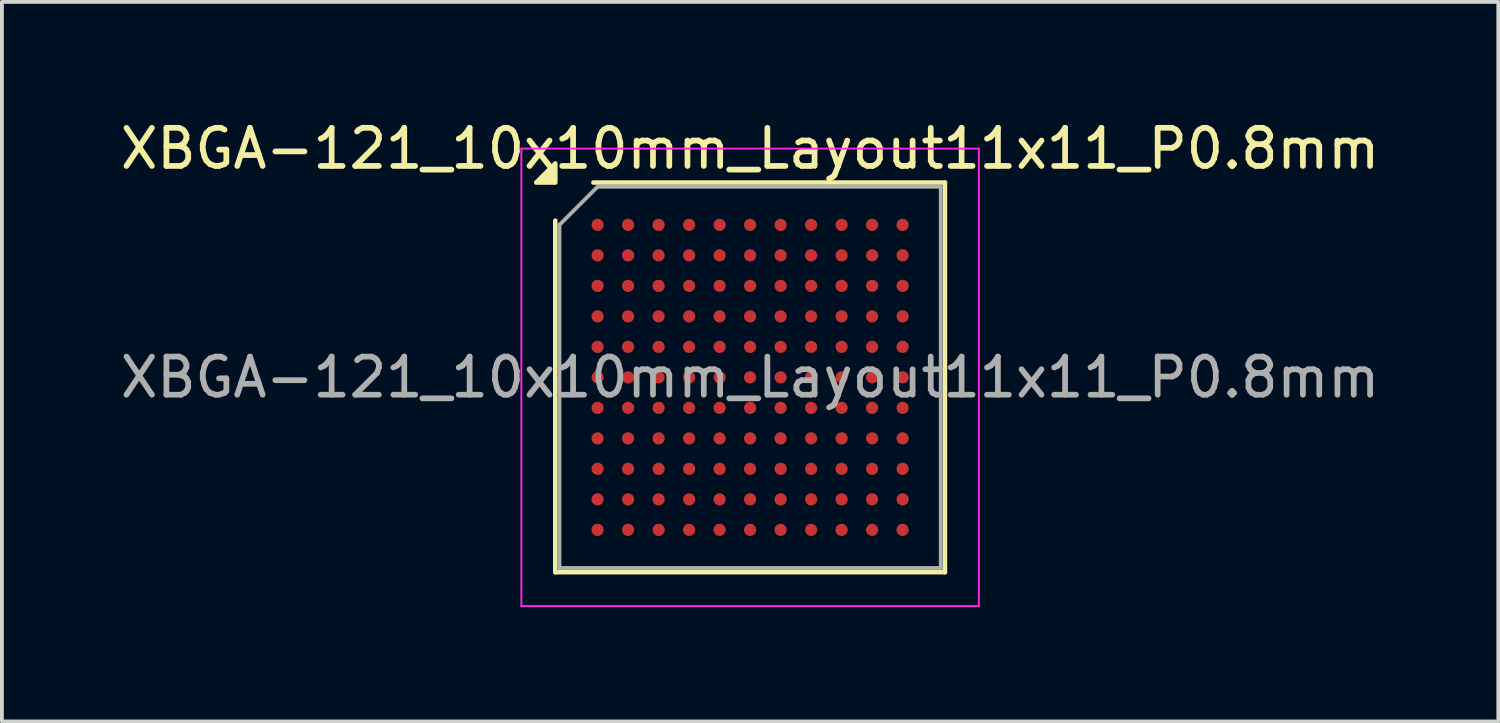
<source format=kicad_pcb>
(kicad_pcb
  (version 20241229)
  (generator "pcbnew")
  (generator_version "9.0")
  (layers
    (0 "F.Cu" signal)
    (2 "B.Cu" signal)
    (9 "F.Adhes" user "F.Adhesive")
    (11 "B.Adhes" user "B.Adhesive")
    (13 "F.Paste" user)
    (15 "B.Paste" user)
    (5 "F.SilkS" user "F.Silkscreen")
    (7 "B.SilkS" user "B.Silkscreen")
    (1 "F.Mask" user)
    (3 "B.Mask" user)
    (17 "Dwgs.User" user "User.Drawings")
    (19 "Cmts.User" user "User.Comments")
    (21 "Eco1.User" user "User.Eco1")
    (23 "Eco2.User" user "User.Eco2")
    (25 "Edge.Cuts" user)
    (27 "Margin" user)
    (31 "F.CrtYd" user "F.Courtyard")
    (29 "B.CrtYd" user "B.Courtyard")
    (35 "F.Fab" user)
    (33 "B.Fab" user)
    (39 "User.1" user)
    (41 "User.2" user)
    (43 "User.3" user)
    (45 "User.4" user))
  (footprint "XBGA-121_10x10mm_Layout11x11_P0.8mm"
    (layer "F.Cu")
    (at 16.625 6.848)
    (property "Reference" "XBGA-121_10x10mm_Layout11x11_P0.8mm" (at 0 -6 0) (layer "F.SilkS") (effects (font (size 1 1) (thickness 0.15))))
    (attr smd)
    (fp_line (start -5.11 5.11) (end -5.11 -4.11) (stroke (width 0.12) (type solid)) (layer "F.SilkS"))
    (fp_line (start -4.11 -5.11) (end 5.11 -5.11) (stroke (width 0.12) (type solid)) (layer "F.SilkS"))
    (fp_line (start 5.11 -5.11) (end 5.11 5.11) (stroke (width 0.12) (type solid)) (layer "F.SilkS"))
    (fp_line (start 5.11 5.11) (end -5.11 5.11) (stroke (width 0.12) (type solid)) (layer "F.SilkS"))
    (fp_poly (pts (xy -5.11 -5.11) (xy -5.61 -5.11) (xy -5.11 -5.61)) (stroke (width 0.12) (type solid)) (fill yes) (layer "F.SilkS"))
    (fp_line (start -6 -6) (end -6 6) (stroke (width 0.05) (type solid)) (layer "F.CrtYd"))
    (fp_line (start -6 6) (end 6 6) (stroke (width 0.05) (type solid)) (layer "F.CrtYd"))
    (fp_line (start 6 -6) (end -6 -6) (stroke (width 0.05) (type solid)) (layer "F.CrtYd"))
    (fp_line (start 6 6) (end 6 -6) (stroke (width 0.05) (type solid)) (layer "F.CrtYd"))
    (fp_line (start -5 -4) (end -4 -5) (stroke (width 0.1) (type solid)) (layer "F.Fab"))
    (fp_line (start -5 5) (end -5 -4) (stroke (width 0.1) (type solid)) (layer "F.Fab"))
    (fp_line (start -4 -5) (end 5 -5) (stroke (width 0.1) (type solid)) (layer "F.Fab"))
    (fp_line (start 5 -5) (end 5 5) (stroke (width 0.1) (type solid)) (layer "F.Fab"))
    (fp_line (start 5 5) (end -5 5) (stroke (width 0.1) (type solid)) (layer "F.Fab"))
    (fp_text user "${REFERENCE}" (at 0 0 0) (layer "F.Fab") (effects (font (size 1 1) (thickness 0.15))))
    (pad "A1" smd circle (at -4 -4) (size 0.32 0.32) (property pad_prop_bga) (layers "F.Cu" "F.Mask" "F.Paste"))
    (pad "A2" smd circle (at -3.2 -4) (size 0.32 0.32) (property pad_prop_bga) (layers "F.Cu" "F.Mask" "F.Paste"))
    (pad "A3" smd circle (at -2.4 -4) (size 0.32 0.32) (property pad_prop_bga) (layers "F.Cu" "F.Mask" "F.Paste"))
    (pad "A4" smd circle (at -1.6 -4) (size 0.32 0.32) (property pad_prop_bga) (layers "F.Cu" "F.Mask" "F.Paste"))
    (pad "A5" smd circle (at -0.8 -4) (size 0.32 0.32) (property pad_prop_bga) (layers "F.Cu" "F.Mask" "F.Paste"))
    (pad "A6" smd circle (at 0 -4) (size 0.32 0.32) (property pad_prop_bga) (layers "F.Cu" "F.Mask" "F.Paste"))
    (pad "A7" smd circle (at 0.8 -4) (size 0.32 0.32) (property pad_prop_bga) (layers "F.Cu" "F.Mask" "F.Paste"))
    (pad "A8" smd circle (at 1.6 -4) (size 0.32 0.32) (property pad_prop_bga) (layers "F.Cu" "F.Mask" "F.Paste"))
    (pad "A9" smd circle (at 2.4 -4) (size 0.32 0.32) (property pad_prop_bga) (layers "F.Cu" "F.Mask" "F.Paste"))
    (pad "A10" smd circle (at 3.2 -4) (size 0.32 0.32) (property pad_prop_bga) (layers "F.Cu" "F.Mask" "F.Paste"))
    (pad "A11" smd circle (at 4 -4) (size 0.32 0.32) (property pad_prop_bga) (layers "F.Cu" "F.Mask" "F.Paste"))
    (pad "B1" smd circle (at -4 -3.2) (size 0.32 0.32) (property pad_prop_bga) (layers "F.Cu" "F.Mask" "F.Paste"))
    (pad "B2" smd circle (at -3.2 -3.2) (size 0.32 0.32) (property pad_prop_bga) (layers "F.Cu" "F.Mask" "F.Paste"))
    (pad "B3" smd circle (at -2.4 -3.2) (size 0.32 0.32) (property pad_prop_bga) (layers "F.Cu" "F.Mask" "F.Paste"))
    (pad "B4" smd circle (at -1.6 -3.2) (size 0.32 0.32) (property pad_prop_bga) (layers "F.Cu" "F.Mask" "F.Paste"))
    (pad "B5" smd circle (at -0.8 -3.2) (size 0.32 0.32) (property pad_prop_bga) (layers "F.Cu" "F.Mask" "F.Paste"))
    (pad "B6" smd circle (at 0 -3.2) (size 0.32 0.32) (property pad_prop_bga) (layers "F.Cu" "F.Mask" "F.Paste"))
    (pad "B7" smd circle (at 0.8 -3.2) (size 0.32 0.32) (property pad_prop_bga) (layers "F.Cu" "F.Mask" "F.Paste"))
    (pad "B8" smd circle (at 1.6 -3.2) (size 0.32 0.32) (property pad_prop_bga) (layers "F.Cu" "F.Mask" "F.Paste"))
    (pad "B9" smd circle (at 2.4 -3.2) (size 0.32 0.32) (property pad_prop_bga) (layers "F.Cu" "F.Mask" "F.Paste"))
    (pad "B10" smd circle (at 3.2 -3.2) (size 0.32 0.32) (property pad_prop_bga) (layers "F.Cu" "F.Mask" "F.Paste"))
    (pad "B11" smd circle (at 4 -3.2) (size 0.32 0.32) (property pad_prop_bga) (layers "F.Cu" "F.Mask" "F.Paste"))
    (pad "C1" smd circle (at -4 -2.4) (size 0.32 0.32) (property pad_prop_bga) (layers "F.Cu" "F.Mask" "F.Paste"))
    (pad "C2" smd circle (at -3.2 -2.4) (size 0.32 0.32) (property pad_prop_bga) (layers "F.Cu" "F.Mask" "F.Paste"))
    (pad "C3" smd circle (at -2.4 -2.4) (size 0.32 0.32) (property pad_prop_bga) (layers "F.Cu" "F.Mask" "F.Paste"))
    (pad "C4" smd circle (at -1.6 -2.4) (size 0.32 0.32) (property pad_prop_bga) (layers "F.Cu" "F.Mask" "F.Paste"))
    (pad "C5" smd circle (at -0.8 -2.4) (size 0.32 0.32) (property pad_prop_bga) (layers "F.Cu" "F.Mask" "F.Paste"))
    (pad "C6" smd circle (at 0 -2.4) (size 0.32 0.32) (property pad_prop_bga) (layers "F.Cu" "F.Mask" "F.Paste"))
    (pad "C7" smd circle (at 0.8 -2.4) (size 0.32 0.32) (property pad_prop_bga) (layers "F.Cu" "F.Mask" "F.Paste"))
    (pad "C8" smd circle (at 1.6 -2.4) (size 0.32 0.32) (property pad_prop_bga) (layers "F.Cu" "F.Mask" "F.Paste"))
    (pad "C9" smd circle (at 2.4 -2.4) (size 0.32 0.32) (property pad_prop_bga) (layers "F.Cu" "F.Mask" "F.Paste"))
    (pad "C10" smd circle (at 3.2 -2.4) (size 0.32 0.32) (property pad_prop_bga) (layers "F.Cu" "F.Mask" "F.Paste"))
    (pad "C11" smd circle (at 4 -2.4) (size 0.32 0.32) (property pad_prop_bga) (layers "F.Cu" "F.Mask" "F.Paste"))
    (pad "D1" smd circle (at -4 -1.6) (size 0.32 0.32) (property pad_prop_bga) (layers "F.Cu" "F.Mask" "F.Paste"))
    (pad "D2" smd circle (at -3.2 -1.6) (size 0.32 0.32) (property pad_prop_bga) (layers "F.Cu" "F.Mask" "F.Paste"))
    (pad "D3" smd circle (at -2.4 -1.6) (size 0.32 0.32) (property pad_prop_bga) (layers "F.Cu" "F.Mask" "F.Paste"))
    (pad "D4" smd circle (at -1.6 -1.6) (size 0.32 0.32) (property pad_prop_bga) (layers "F.Cu" "F.Mask" "F.Paste"))
    (pad "D5" smd circle (at -0.8 -1.6) (size 0.32 0.32) (property pad_prop_bga) (layers "F.Cu" "F.Mask" "F.Paste"))
    (pad "D6" smd circle (at 0 -1.6) (size 0.32 0.32) (property pad_prop_bga) (layers "F.Cu" "F.Mask" "F.Paste"))
    (pad "D7" smd circle (at 0.8 -1.6) (size 0.32 0.32) (property pad_prop_bga) (layers "F.Cu" "F.Mask" "F.Paste"))
    (pad "D8" smd circle (at 1.6 -1.6) (size 0.32 0.32) (property pad_prop_bga) (layers "F.Cu" "F.Mask" "F.Paste"))
    (pad "D9" smd circle (at 2.4 -1.6) (size 0.32 0.32) (property pad_prop_bga) (layers "F.Cu" "F.Mask" "F.Paste"))
    (pad "D10" smd circle (at 3.2 -1.6) (size 0.32 0.32) (property pad_prop_bga) (layers "F.Cu" "F.Mask" "F.Paste"))
    (pad "D11" smd circle (at 4 -1.6) (size 0.32 0.32) (property pad_prop_bga) (layers "F.Cu" "F.Mask" "F.Paste"))
    (pad "E1" smd circle (at -4 -0.8) (size 0.32 0.32) (property pad_prop_bga) (layers "F.Cu" "F.Mask" "F.Paste"))
    (pad "E2" smd circle (at -3.2 -0.8) (size 0.32 0.32) (property pad_prop_bga) (layers "F.Cu" "F.Mask" "F.Paste"))
    (pad "E3" smd circle (at -2.4 -0.8) (size 0.32 0.32) (property pad_prop_bga) (layers "F.Cu" "F.Mask" "F.Paste"))
    (pad "E4" smd circle (at -1.6 -0.8) (size 0.32 0.32) (property pad_prop_bga) (layers "F.Cu" "F.Mask" "F.Paste"))
    (pad "E5" smd circle (at -0.8 -0.8) (size 0.32 0.32) (property pad_prop_bga) (layers "F.Cu" "F.Mask" "F.Paste"))
    (pad "E6" smd circle (at 0 -0.8) (size 0.32 0.32) (property pad_prop_bga) (layers "F.Cu" "F.Mask" "F.Paste"))
    (pad "E7" smd circle (at 0.8 -0.8) (size 0.32 0.32) (property pad_prop_bga) (layers "F.Cu" "F.Mask" "F.Paste"))
    (pad "E8" smd circle (at 1.6 -0.8) (size 0.32 0.32) (property pad_prop_bga) (layers "F.Cu" "F.Mask" "F.Paste"))
    (pad "E9" smd circle (at 2.4 -0.8) (size 0.32 0.32) (property pad_prop_bga) (layers "F.Cu" "F.Mask" "F.Paste"))
    (pad "E10" smd circle (at 3.2 -0.8) (size 0.32 0.32) (property pad_prop_bga) (layers "F.Cu" "F.Mask" "F.Paste"))
    (pad "E11" smd circle (at 4 -0.8) (size 0.32 0.32) (property pad_prop_bga) (layers "F.Cu" "F.Mask" "F.Paste"))
    (pad "F1" smd circle (at -4 0) (size 0.32 0.32) (property pad_prop_bga) (layers "F.Cu" "F.Mask" "F.Paste"))
    (pad "F2" smd circle (at -3.2 0) (size 0.32 0.32) (property pad_prop_bga) (layers "F.Cu" "F.Mask" "F.Paste"))
    (pad "F3" smd circle (at -2.4 0) (size 0.32 0.32) (property pad_prop_bga) (layers "F.Cu" "F.Mask" "F.Paste"))
    (pad "F4" smd circle (at -1.6 0) (size 0.32 0.32) (property pad_prop_bga) (layers "F.Cu" "F.Mask" "F.Paste"))
    (pad "F5" smd circle (at -0.8 0) (size 0.32 0.32) (property pad_prop_bga) (layers "F.Cu" "F.Mask" "F.Paste"))
    (pad "F6" smd circle (at 0 0) (size 0.32 0.32) (property pad_prop_bga) (layers "F.Cu" "F.Mask" "F.Paste"))
    (pad "F7" smd circle (at 0.8 0) (size 0.32 0.32) (property pad_prop_bga) (layers "F.Cu" "F.Mask" "F.Paste"))
    (pad "F8" smd circle (at 1.6 0) (size 0.32 0.32) (property pad_prop_bga) (layers "F.Cu" "F.Mask" "F.Paste"))
    (pad "F9" smd circle (at 2.4 0) (size 0.32 0.32) (property pad_prop_bga) (layers "F.Cu" "F.Mask" "F.Paste"))
    (pad "F10" smd circle (at 3.2 0) (size 0.32 0.32) (property pad_prop_bga) (layers "F.Cu" "F.Mask" "F.Paste"))
    (pad "F11" smd circle (at 4 0) (size 0.32 0.32) (property pad_prop_bga) (layers "F.Cu" "F.Mask" "F.Paste"))
    (pad "G1" smd circle (at -4 0.8) (size 0.32 0.32) (property pad_prop_bga) (layers "F.Cu" "F.Mask" "F.Paste"))
    (pad "G2" smd circle (at -3.2 0.8) (size 0.32 0.32) (property pad_prop_bga) (layers "F.Cu" "F.Mask" "F.Paste"))
    (pad "G3" smd circle (at -2.4 0.8) (size 0.32 0.32) (property pad_prop_bga) (layers "F.Cu" "F.Mask" "F.Paste"))
    (pad "G4" smd circle (at -1.6 0.8) (size 0.32 0.32) (property pad_prop_bga) (layers "F.Cu" "F.Mask" "F.Paste"))
    (pad "G5" smd circle (at -0.8 0.8) (size 0.32 0.32) (property pad_prop_bga) (layers "F.Cu" "F.Mask" "F.Paste"))
    (pad "G6" smd circle (at 0 0.8) (size 0.32 0.32) (property pad_prop_bga) (layers "F.Cu" "F.Mask" "F.Paste"))
    (pad "G7" smd circle (at 0.8 0.8) (size 0.32 0.32) (property pad_prop_bga) (layers "F.Cu" "F.Mask" "F.Paste"))
    (pad "G8" smd circle (at 1.6 0.8) (size 0.32 0.32) (property pad_prop_bga) (layers "F.Cu" "F.Mask" "F.Paste"))
    (pad "G9" smd circle (at 2.4 0.8) (size 0.32 0.32) (property pad_prop_bga) (layers "F.Cu" "F.Mask" "F.Paste"))
    (pad "G10" smd circle (at 3.2 0.8) (size 0.32 0.32) (property pad_prop_bga) (layers "F.Cu" "F.Mask" "F.Paste"))
    (pad "G11" smd circle (at 4 0.8) (size 0.32 0.32) (property pad_prop_bga) (layers "F.Cu" "F.Mask" "F.Paste"))
    (pad "H1" smd circle (at -4 1.6) (size 0.32 0.32) (property pad_prop_bga) (layers "F.Cu" "F.Mask" "F.Paste"))
    (pad "H2" smd circle (at -3.2 1.6) (size 0.32 0.32) (property pad_prop_bga) (layers "F.Cu" "F.Mask" "F.Paste"))
    (pad "H3" smd circle (at -2.4 1.6) (size 0.32 0.32) (property pad_prop_bga) (layers "F.Cu" "F.Mask" "F.Paste"))
    (pad "H4" smd circle (at -1.6 1.6) (size 0.32 0.32) (property pad_prop_bga) (layers "F.Cu" "F.Mask" "F.Paste"))
    (pad "H5" smd circle (at -0.8 1.6) (size 0.32 0.32) (property pad_prop_bga) (layers "F.Cu" "F.Mask" "F.Paste"))
    (pad "H6" smd circle (at 0 1.6) (size 0.32 0.32) (property pad_prop_bga) (layers "F.Cu" "F.Mask" "F.Paste"))
    (pad "H7" smd circle (at 0.8 1.6) (size 0.32 0.32) (property pad_prop_bga) (layers "F.Cu" "F.Mask" "F.Paste"))
    (pad "H8" smd circle (at 1.6 1.6) (size 0.32 0.32) (property pad_prop_bga) (layers "F.Cu" "F.Mask" "F.Paste"))
    (pad "H9" smd circle (at 2.4 1.6) (size 0.32 0.32) (property pad_prop_bga) (layers "F.Cu" "F.Mask" "F.Paste"))
    (pad "H10" smd circle (at 3.2 1.6) (size 0.32 0.32) (property pad_prop_bga) (layers "F.Cu" "F.Mask" "F.Paste"))
    (pad "H11" smd circle (at 4 1.6) (size 0.32 0.32) (property pad_prop_bga) (layers "F.Cu" "F.Mask" "F.Paste"))
    (pad "J1" smd circle (at -4 2.4) (size 0.32 0.32) (property pad_prop_bga) (layers "F.Cu" "F.Mask" "F.Paste"))
    (pad "J2" smd circle (at -3.2 2.4) (size 0.32 0.32) (property pad_prop_bga) (layers "F.Cu" "F.Mask" "F.Paste"))
    (pad "J3" smd circle (at -2.4 2.4) (size 0.32 0.32) (property pad_prop_bga) (layers "F.Cu" "F.Mask" "F.Paste"))
    (pad "J4" smd circle (at -1.6 2.4) (size 0.32 0.32) (property pad_prop_bga) (layers "F.Cu" "F.Mask" "F.Paste"))
    (pad "J5" smd circle (at -0.8 2.4) (size 0.32 0.32) (property pad_prop_bga) (layers "F.Cu" "F.Mask" "F.Paste"))
    (pad "J6" smd circle (at 0 2.4) (size 0.32 0.32) (property pad_prop_bga) (layers "F.Cu" "F.Mask" "F.Paste"))
    (pad "J7" smd circle (at 0.8 2.4) (size 0.32 0.32) (property pad_prop_bga) (layers "F.Cu" "F.Mask" "F.Paste"))
    (pad "J8" smd circle (at 1.6 2.4) (size 0.32 0.32) (property pad_prop_bga) (layers "F.Cu" "F.Mask" "F.Paste"))
    (pad "J9" smd circle (at 2.4 2.4) (size 0.32 0.32) (property pad_prop_bga) (layers "F.Cu" "F.Mask" "F.Paste"))
    (pad "J10" smd circle (at 3.2 2.4) (size 0.32 0.32) (property pad_prop_bga) (layers "F.Cu" "F.Mask" "F.Paste"))
    (pad "J11" smd circle (at 4 2.4) (size 0.32 0.32) (property pad_prop_bga) (layers "F.Cu" "F.Mask" "F.Paste"))
    (pad "K1" smd circle (at -4 3.2) (size 0.32 0.32) (property pad_prop_bga) (layers "F.Cu" "F.Mask" "F.Paste"))
    (pad "K2" smd circle (at -3.2 3.2) (size 0.32 0.32) (property pad_prop_bga) (layers "F.Cu" "F.Mask" "F.Paste"))
    (pad "K3" smd circle (at -2.4 3.2) (size 0.32 0.32) (property pad_prop_bga) (layers "F.Cu" "F.Mask" "F.Paste"))
    (pad "K4" smd circle (at -1.6 3.2) (size 0.32 0.32) (property pad_prop_bga) (layers "F.Cu" "F.Mask" "F.Paste"))
    (pad "K5" smd circle (at -0.8 3.2) (size 0.32 0.32) (property pad_prop_bga) (layers "F.Cu" "F.Mask" "F.Paste"))
    (pad "K6" smd circle (at 0 3.2) (size 0.32 0.32) (property pad_prop_bga) (layers "F.Cu" "F.Mask" "F.Paste"))
    (pad "K7" smd circle (at 0.8 3.2) (size 0.32 0.32) (property pad_prop_bga) (layers "F.Cu" "F.Mask" "F.Paste"))
    (pad "K8" smd circle (at 1.6 3.2) (size 0.32 0.32) (property pad_prop_bga) (layers "F.Cu" "F.Mask" "F.Paste"))
    (pad "K9" smd circle (at 2.4 3.2) (size 0.32 0.32) (property pad_prop_bga) (layers "F.Cu" "F.Mask" "F.Paste"))
    (pad "K10" smd circle (at 3.2 3.2) (size 0.32 0.32) (property pad_prop_bga) (layers "F.Cu" "F.Mask" "F.Paste"))
    (pad "K11" smd circle (at 4 3.2) (size 0.32 0.32) (property pad_prop_bga) (layers "F.Cu" "F.Mask" "F.Paste"))
    (pad "L1" smd circle (at -4 4) (size 0.32 0.32) (property pad_prop_bga) (layers "F.Cu" "F.Mask" "F.Paste"))
    (pad "L2" smd circle (at -3.2 4) (size 0.32 0.32) (property pad_prop_bga) (layers "F.Cu" "F.Mask" "F.Paste"))
    (pad "L3" smd circle (at -2.4 4) (size 0.32 0.32) (property pad_prop_bga) (layers "F.Cu" "F.Mask" "F.Paste"))
    (pad "L4" smd circle (at -1.6 4) (size 0.32 0.32) (property pad_prop_bga) (layers "F.Cu" "F.Mask" "F.Paste"))
    (pad "L5" smd circle (at -0.8 4) (size 0.32 0.32) (property pad_prop_bga) (layers "F.Cu" "F.Mask" "F.Paste"))
    (pad "L6" smd circle (at 0 4) (size 0.32 0.32) (property pad_prop_bga) (layers "F.Cu" "F.Mask" "F.Paste"))
    (pad "L7" smd circle (at 0.8 4) (size 0.32 0.32) (property pad_prop_bga) (layers "F.Cu" "F.Mask" "F.Paste"))
    (pad "L8" smd circle (at 1.6 4) (size 0.32 0.32) (property pad_prop_bga) (layers "F.Cu" "F.Mask" "F.Paste"))
    (pad "L9" smd circle (at 2.4 4) (size 0.32 0.32) (property pad_prop_bga) (layers "F.Cu" "F.Mask" "F.Paste"))
    (pad "L10" smd circle (at 3.2 4) (size 0.32 0.32) (property pad_prop_bga) (layers "F.Cu" "F.Mask" "F.Paste"))
    (pad "L11" smd circle (at 4 4) (size 0.32 0.32) (property pad_prop_bga) (layers "F.Cu" "F.Mask" "F.Paste")))
  (gr_rect
    (start -3 -3)
    (end 36.25 15.873)
    (stroke (width 0.1) (type default))
    (fill no)
    (layer "Edge.Cuts")))
</source>
